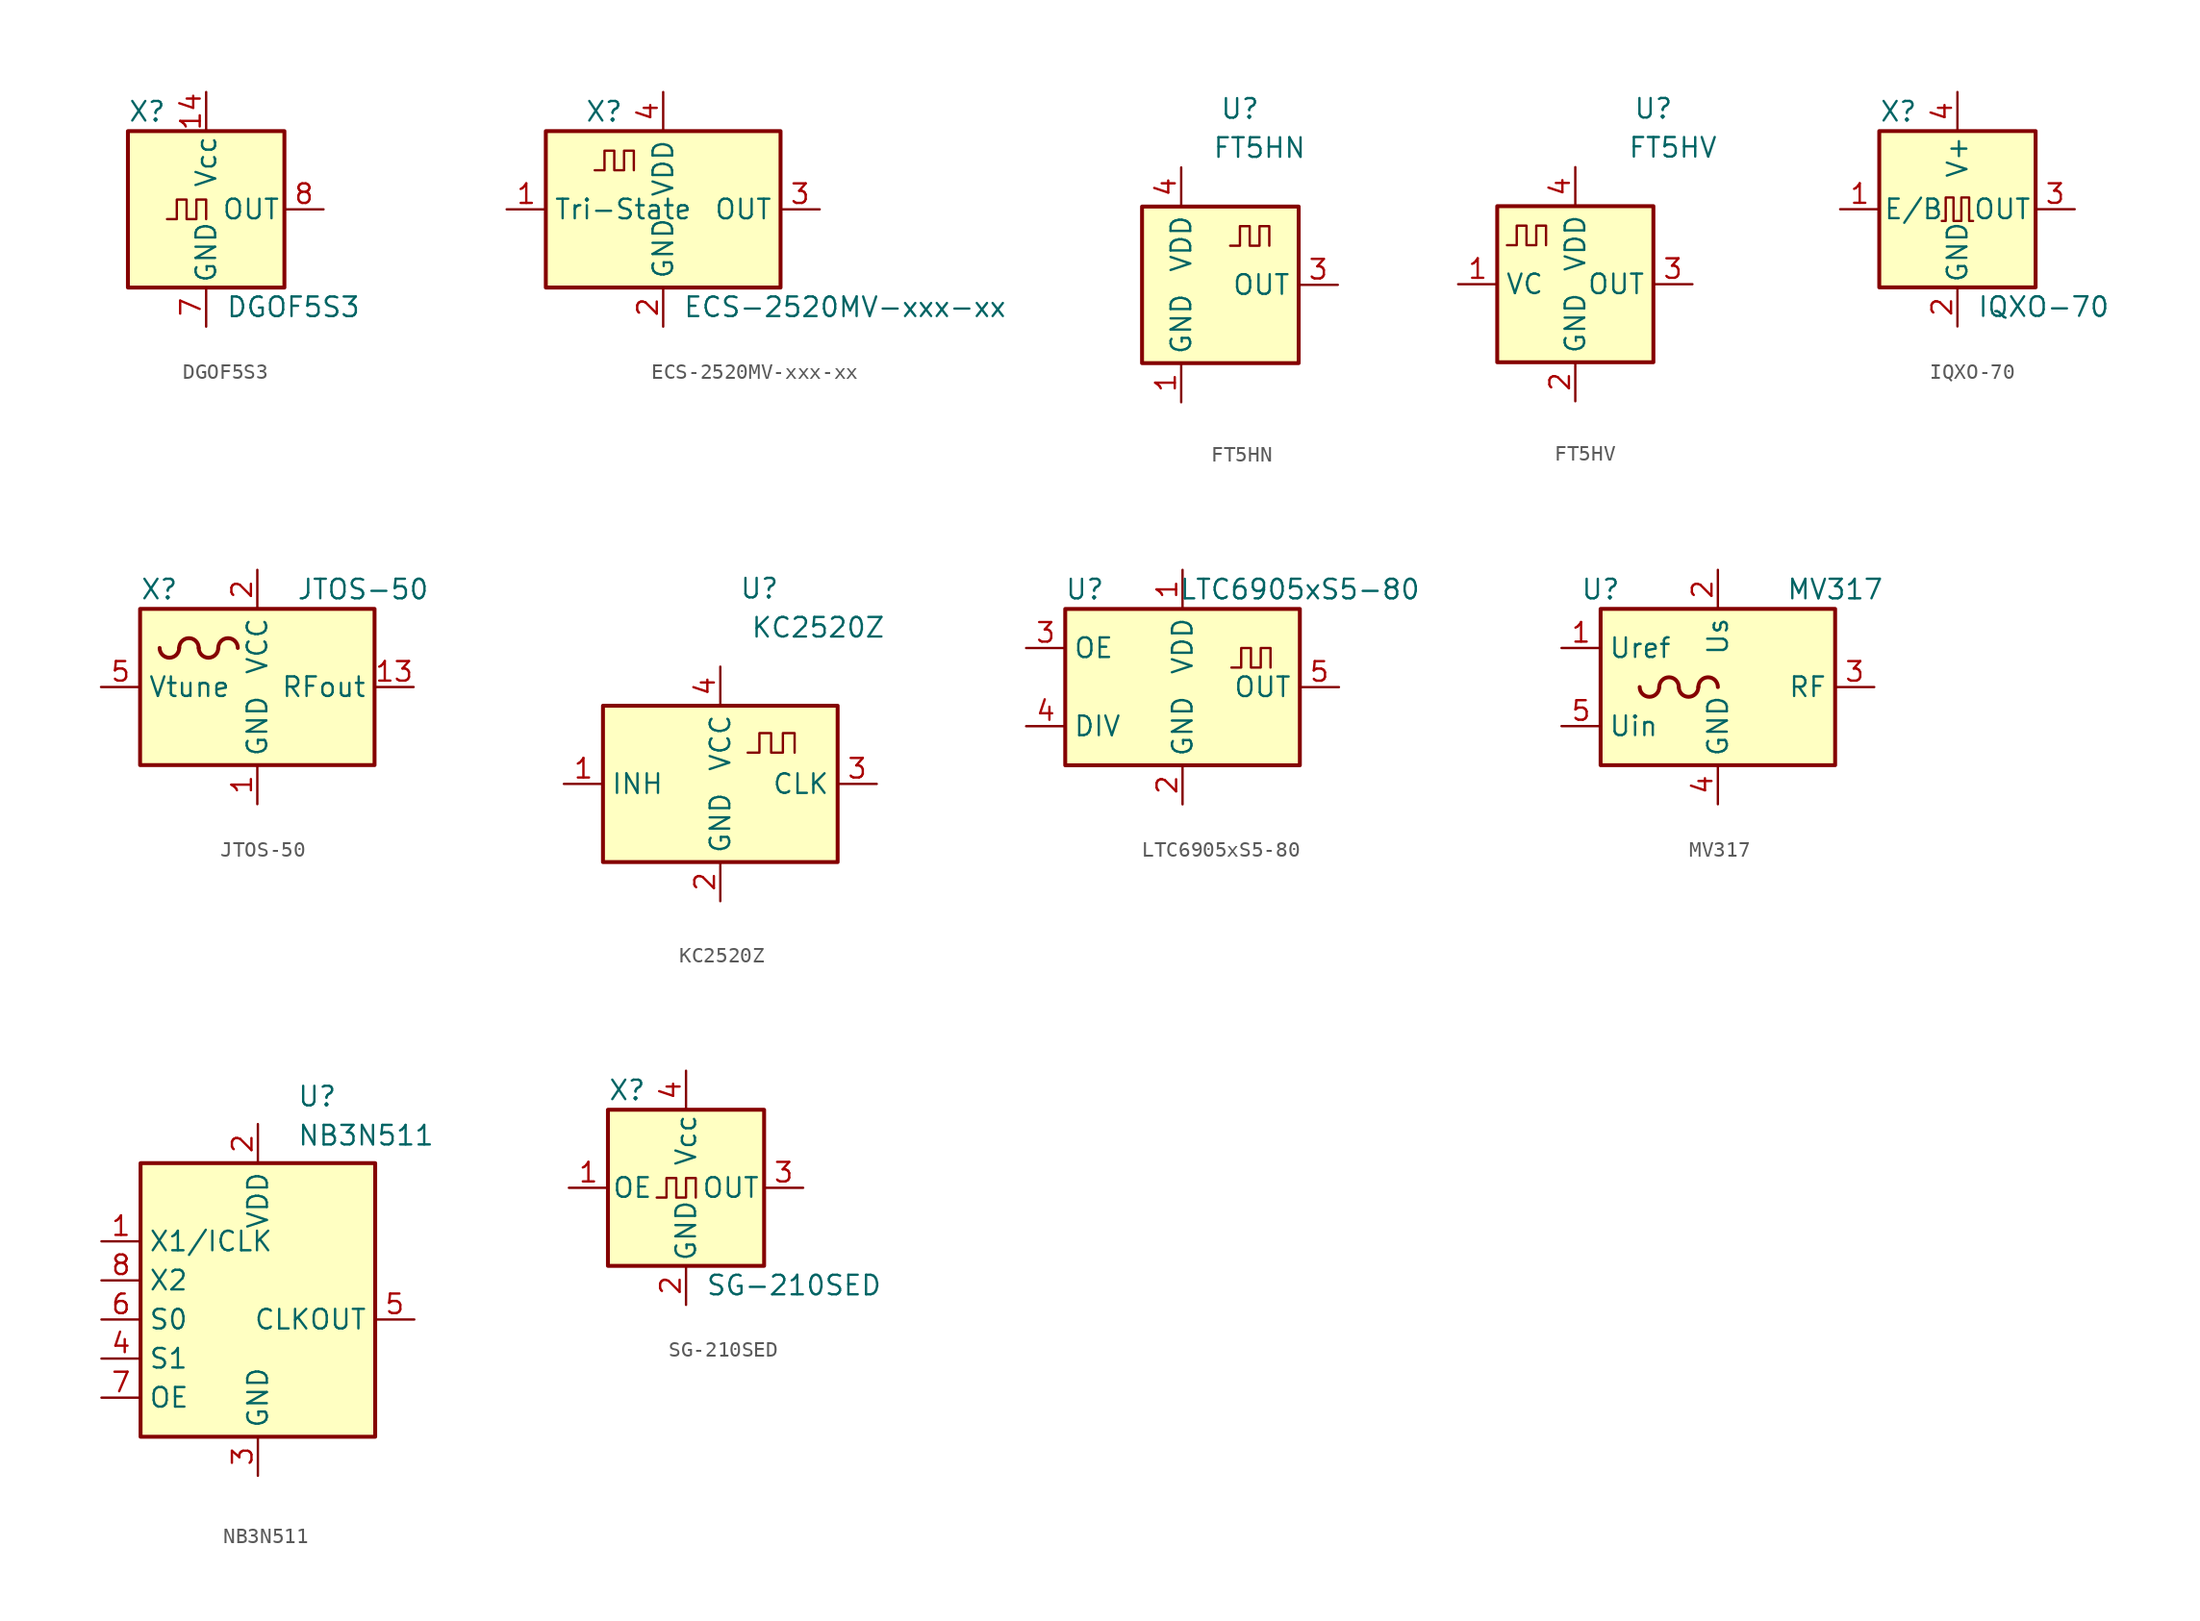
<source format=kicad_sym>
(kicad_symbol_lib
  (version 20211014)
  (generator kicad_symbol_editor)
  (symbol "DGOF5S3"
    (pin_names
      (offset 0.254))
    (property "Reference" "X"
      (at -5.08 6.35 0)
      (effects (font (size 1.27 1.27)) (justify left)))
    (property "Value" "DGOF5S3"
      (at 1.27 -6.35 0)
      (effects (font (size 1.27 1.27)) (justify left)))
    (symbol "DGOF5S3_0_1"
      (rectangle (start -5.08 5.08) (end 5.08 -5.08) (stroke (width 0.254) (type default) (color 0 0 0 0)) (fill (type background)))
      (polyline (pts (xy -2.54 -0.635) (xy -1.905 -0.635) (xy -1.905 0.635) (xy -1.27 0.635) (xy -1.27 -0.635) (xy -0.635 -0.635) (xy -0.635 0.635) (xy 0 0.635) (xy 0 -0.635)) (stroke (width 0) (type default) (color 0 0 0 0)) (fill (type none))))
    (symbol "DGOF5S3_1_1"
      (pin no_connect line (at -7.62 0 0) (length 2.54) hide (name "NC" (effects (font (size 1.27 1.27)))) (number "1" (effects (font (size 1.27 1.27)))))
      (pin power_in line (at 0 7.62 270) (length 2.54) (name "Vcc" (effects (font (size 1.27 1.27)))) (number "14" (effects (font (size 1.27 1.27)))))
      (pin power_in line (at 0 -7.62 90) (length 2.54) (name "GND" (effects (font (size 1.27 1.27)))) (number "7" (effects (font (size 1.27 1.27)))))
      (pin output line (at 7.62 0 180) (length 2.54) (name "OUT" (effects (font (size 1.27 1.27)))) (number "8" (effects (font (size 1.27 1.27)))))))
  (symbol "ECS-2520MV-xxx-xx"
    (property "Reference" "X"
      (at -5.08 6.35 0)
      (effects (font (size 1.27 1.27)) (justify left)))
    (property "Value" "ECS-2520MV-xxx-xx"
      (at 1.27 -6.35 0)
      (effects (font (size 1.27 1.27)) (justify left)))
    (symbol "ECS-2520MV-xxx-xx_0_1"
      (rectangle (start -7.62 5.08) (end 7.62 -5.08) (stroke (width 0.254) (type default) (color 0 0 0 0)) (fill (type background)))
      (polyline (pts (xy -4.445 2.54) (xy -3.81 2.54) (xy -3.81 3.81) (xy -3.175 3.81) (xy -3.175 2.54) (xy -2.54 2.54) (xy -2.54 3.81) (xy -1.905 3.81) (xy -1.905 2.54)) (stroke (width 0) (type default) (color 0 0 0 0)) (fill (type none))))
    (symbol "ECS-2520MV-xxx-xx_1_1"
      (pin input line (at -10.16 0 0) (length 2.54) (name "Tri-State" (effects (font (size 1.27 1.27)))) (number "1" (effects (font (size 1.27 1.27)))))
      (pin power_in line (at 0 -7.62 90) (length 2.54) (name "GND" (effects (font (size 1.27 1.27)))) (number "2" (effects (font (size 1.27 1.27)))))
      (pin output line (at 10.16 0 180) (length 2.54) (name "OUT" (effects (font (size 1.27 1.27)))) (number "3" (effects (font (size 1.27 1.27)))))
      (pin power_in line (at 0 7.62 270) (length 2.54) (name "VDD" (effects (font (size 1.27 1.27)))) (number "4" (effects (font (size 1.27 1.27)))))))
  (symbol "FT5HN"
    (property "Reference" "U"
      (at 1.27 11.43 0)
      (effects (font (size 1.27 1.27))))
    (property "Value" "FT5HN"
      (at 2.54 8.89 0)
      (effects (font (size 1.27 1.27))))
    (symbol "FT5HN_0_1"
      (rectangle (start -5.08 5.08) (end 5.08 -5.08) (stroke (width 0.254) (type default) (color 0 0 0 0)) (fill (type background)))
      (polyline (pts (xy 0.635 2.54) (xy 1.27 2.54) (xy 1.27 3.81) (xy 1.905 3.81) (xy 1.905 2.54) (xy 2.54 2.54) (xy 2.54 3.81) (xy 3.175 3.81) (xy 3.175 2.54)) (stroke (width 0) (type default) (color 0 0 0 0)) (fill (type none))))
    (symbol "FT5HN_1_1"
      (pin power_in line (at -2.54 -7.62 90) (length 2.54) (name "GND" (effects (font (size 1.27 1.27)))) (number "1" (effects (font (size 1.27 1.27)))))
      (pin passive line (at -2.54 -7.62 90) (length 2.54) hide (name "GND" (effects (font (size 1.27 1.27)))) (number "2" (effects (font (size 1.27 1.27)))))
      (pin output line (at 7.62 0 180) (length 2.54) (name "OUT" (effects (font (size 1.27 1.27)))) (number "3" (effects (font (size 1.27 1.27)))))
      (pin power_in line (at -2.54 7.62 270) (length 2.54) (name "VDD" (effects (font (size 1.27 1.27)))) (number "4" (effects (font (size 1.27 1.27)))))))
  (symbol "FT5HV"
    (property "Reference" "U"
      (at 5.08 11.43 0)
      (effects (font (size 1.27 1.27))))
    (property "Value" "FT5HV"
      (at 6.35 8.89 0)
      (effects (font (size 1.27 1.27))))
    (symbol "FT5HV_0_1"
      (rectangle (start -5.08 5.08) (end 5.08 -5.08) (stroke (width 0.254) (type default) (color 0 0 0 0)) (fill (type background)))
      (polyline (pts (xy -4.445 2.54) (xy -3.81 2.54) (xy -3.81 3.81) (xy -3.175 3.81) (xy -3.175 2.54) (xy -2.54 2.54) (xy -2.54 3.81) (xy -1.905 3.81) (xy -1.905 2.54)) (stroke (width 0) (type default) (color 0 0 0 0)) (fill (type none))))
    (symbol "FT5HV_1_1"
      (pin input line (at -7.62 0 0) (length 2.54) (name "VC" (effects (font (size 1.27 1.27)))) (number "1" (effects (font (size 1.27 1.27)))))
      (pin power_in line (at 0 -7.62 90) (length 2.54) (name "GND" (effects (font (size 1.27 1.27)))) (number "2" (effects (font (size 1.27 1.27)))))
      (pin output line (at 7.62 0 180) (length 2.54) (name "OUT" (effects (font (size 1.27 1.27)))) (number "3" (effects (font (size 1.27 1.27)))))
      (pin power_in line (at 0 7.62 270) (length 2.54) (name "VDD" (effects (font (size 1.27 1.27)))) (number "4" (effects (font (size 1.27 1.27)))))))
  (symbol "IQXO-70"
    (pin_names
      (offset 0.254))
    (property "Reference" "X"
      (at -5.08 6.35 0)
      (effects (font (size 1.27 1.27)) (justify left)))
    (property "Value" "IQXO-70"
      (at 1.27 -6.35 0)
      (effects (font (size 1.27 1.27)) (justify left)))
    (symbol "IQXO-70_0_1"
      (rectangle (start -5.08 5.08) (end 5.08 -5.08) (stroke (width 0.254) (type default) (color 0 0 0 0)) (fill (type background)))
      (polyline (pts (xy -1.016 -0.762) (xy -0.762 -0.762) (xy -0.762 0.762) (xy -0.254 0.762) (xy -0.254 -0.762) (xy 0.254 -0.762) (xy 0.254 0.762) (xy 0.762 0.762) (xy 0.762 -0.762) (xy 1.016 -0.762)) (stroke (width 0) (type default) (color 0 0 0 0)) (fill (type none))))
    (symbol "IQXO-70_1_1"
      (pin input line (at -7.62 0 0) (length 2.54) (name "E/B" (effects (font (size 1.27 1.27)))) (number "1" (effects (font (size 1.27 1.27)))))
      (pin power_in line (at 0 -7.62 90) (length 2.54) (name "GND" (effects (font (size 1.27 1.27)))) (number "2" (effects (font (size 1.27 1.27)))))
      (pin output line (at 7.62 0 180) (length 2.54) (name "OUT" (effects (font (size 1.27 1.27)))) (number "3" (effects (font (size 1.27 1.27)))))
      (pin power_in line (at 0 7.62 270) (length 2.54) (name "V+" (effects (font (size 1.27 1.27)))) (number "4" (effects (font (size 1.27 1.27)))))))
  (symbol "JTOS-50"
    (property "Reference" "X"
      (at -7.62 6.35 0)
      (effects (font (size 1.27 1.27)) (justify left)))
    (property "Value" "JTOS-50"
      (at 2.54 6.35 0)
      (effects (font (size 1.27 1.27)) (justify left)))
    (symbol "JTOS-50_0_1"
      (rectangle (start -7.62 5.08) (end 7.62 -5.08) (stroke (width 0.254) (type default) (color 0 0 0 0)) (fill (type background)))
      (arc (start -6.35 2.54) (mid -5.715 1.905) (end -5.08 2.54) (stroke (width 0.254) (type default) (color 0 0 0 0)) (fill (type none)))
      (arc (start -3.81 2.54) (mid -4.445 3.175) (end -5.08 2.54) (stroke (width 0.254) (type default) (color 0 0 0 0)) (fill (type none)))
      (arc (start -3.81 2.54) (mid -3.175 1.905) (end -2.54 2.54) (stroke (width 0.254) (type default) (color 0 0 0 0)) (fill (type none)))
      (arc (start -1.27 2.54) (mid -1.905 3.175) (end -2.54 2.54) (stroke (width 0.254) (type default) (color 0 0 0 0)) (fill (type none))))
    (symbol "JTOS-50_1_1"
      (pin power_in line (at 0 -7.62 90) (length 2.54) (name "GND" (effects (font (size 1.27 1.27)))) (number "1" (effects (font (size 1.27 1.27)))))
      (pin passive line (at 0 -7.62 90) (length 2.54) hide (name "GND" (effects (font (size 1.27 1.27)))) (number "10" (effects (font (size 1.27 1.27)))))
      (pin passive line (at 0 -7.62 90) (length 2.54) hide (name "GND" (effects (font (size 1.27 1.27)))) (number "11" (effects (font (size 1.27 1.27)))))
      (pin passive line (at 0 -7.62 90) (length 2.54) hide (name "GND" (effects (font (size 1.27 1.27)))) (number "12" (effects (font (size 1.27 1.27)))))
      (pin output line (at 10.16 0 180) (length 2.54) (name "RFout" (effects (font (size 1.27 1.27)))) (number "13" (effects (font (size 1.27 1.27)))))
      (pin passive line (at 0 -7.62 90) (length 2.54) hide (name "GND" (effects (font (size 1.27 1.27)))) (number "14" (effects (font (size 1.27 1.27)))))
      (pin power_in line (at 0 7.62 270) (length 2.54) (name "VCC" (effects (font (size 1.27 1.27)))) (number "2" (effects (font (size 1.27 1.27)))))
      (pin passive line (at 0 -7.62 90) (length 2.54) hide (name "GND" (effects (font (size 1.27 1.27)))) (number "3" (effects (font (size 1.27 1.27)))))
      (pin passive line (at 0 -7.62 90) (length 2.54) hide (name "GND" (effects (font (size 1.27 1.27)))) (number "4" (effects (font (size 1.27 1.27)))))
      (pin input line (at -10.16 0 0) (length 2.54) (name "Vtune" (effects (font (size 1.27 1.27)))) (number "5" (effects (font (size 1.27 1.27)))))
      (pin passive line (at 0 -7.62 90) (length 2.54) hide (name "GND" (effects (font (size 1.27 1.27)))) (number "6" (effects (font (size 1.27 1.27)))))
      (pin passive line (at 0 -7.62 90) (length 2.54) hide (name "GND" (effects (font (size 1.27 1.27)))) (number "7" (effects (font (size 1.27 1.27)))))
      (pin passive line (at 0 -7.62 90) (length 2.54) hide (name "GND" (effects (font (size 1.27 1.27)))) (number "8" (effects (font (size 1.27 1.27)))))
      (pin passive line (at 0 -7.62 90) (length 2.54) hide (name "GND" (effects (font (size 1.27 1.27)))) (number "9" (effects (font (size 1.27 1.27)))))))
  (symbol "KC2520Z"
    (property "Reference" "U"
      (at 2.54 12.7 0)
      (effects (font (size 1.27 1.27))))
    (property "Value" "KC2520Z"
      (at 6.35 10.16 0)
      (effects (font (size 1.27 1.27))))
    (symbol "KC2520Z_0_1"
      (rectangle (start -7.62 5.08) (end 7.62 -5.08) (stroke (width 0.254) (type default) (color 0 0 0 0)) (fill (type background))))
    (symbol "KC2520Z_1_1"
      (polyline (pts (xy 1.778 2.032) (xy 2.54 2.032) (xy 2.54 3.302) (xy 3.302 3.302) (xy 3.302 2.032) (xy 4.064 2.032) (xy 4.064 3.302) (xy 4.826 3.302) (xy 4.826 2.032)) (stroke (width 0) (type default) (color 0 0 0 0)) (fill (type none)))
      (pin input line (at -10.16 0 0) (length 2.54) (name "INH" (effects (font (size 1.27 1.27)))) (number "1" (effects (font (size 1.27 1.27)))))
      (pin power_in line (at 0 -7.62 90) (length 2.54) (name "GND" (effects (font (size 1.27 1.27)))) (number "2" (effects (font (size 1.27 1.27)))))
      (pin output line (at 10.16 0 180) (length 2.54) (name "CLK" (effects (font (size 1.27 1.27)))) (number "3" (effects (font (size 1.27 1.27)))))
      (pin power_in line (at 0 7.62 270) (length 2.54) (name "VCC" (effects (font (size 1.27 1.27)))) (number "4" (effects (font (size 1.27 1.27)))))))
  (symbol "LTC6905xS5-80"
    (property "Reference" "U"
      (at -6.35 6.35 0)
      (effects (font (size 1.27 1.27))))
    (property "Value" "LTC6905xS5-80"
      (at 7.62 6.35 0)
      (effects (font (size 1.27 1.27))))
    (symbol "LTC6905xS5-80_1_1"
      (rectangle (start -7.62 5.08) (end 7.62 -5.08) (stroke (width 0.254) (type default) (color 0 0 0 0)) (fill (type background)))
      (polyline (pts (xy 3.175 1.27) (xy 3.81 1.27) (xy 3.81 2.54) (xy 4.445 2.54) (xy 4.445 1.27) (xy 5.08 1.27) (xy 5.08 2.54) (xy 5.715 2.54) (xy 5.715 1.27)) (stroke (width 0) (type default) (color 0 0 0 0)) (fill (type none)))
      (pin power_in line (at 0 7.62 270) (length 2.54) (name "VDD" (effects (font (size 1.27 1.27)))) (number "1" (effects (font (size 1.27 1.27)))))
      (pin power_in line (at 0 -7.62 90) (length 2.54) (name "GND" (effects (font (size 1.27 1.27)))) (number "2" (effects (font (size 1.27 1.27)))))
      (pin input line (at -10.16 2.54 0) (length 2.54) (name "OE" (effects (font (size 1.27 1.27)))) (number "3" (effects (font (size 1.27 1.27)))))
      (pin input line (at -10.16 -2.54 0) (length 2.54) (name "DIV" (effects (font (size 1.27 1.27)))) (number "4" (effects (font (size 1.27 1.27)))))
      (pin output line (at 10.16 0 180) (length 2.54) (name "OUT" (effects (font (size 1.27 1.27)))) (number "5" (effects (font (size 1.27 1.27)))))))
  (symbol "MV317"
    (property "Reference" "U"
      (at -7.62 6.35 0)
      (effects (font (size 1.27 1.27))))
    (property "Value" "MV317"
      (at 7.62 6.35 0)
      (effects (font (size 1.27 1.27))))
    (symbol "MV317_0_1"
      (rectangle (start -7.62 5.08) (end 7.62 -5.08) (stroke (width 0.254) (type default) (color 0 0 0 0)) (fill (type background)))
      (arc (start -5.08 0) (mid -4.445 -0.635) (end -3.81 0) (stroke (width 0.254) (type default) (color 0 0 0 0)) (fill (type none)))
      (arc (start -2.54 0) (mid -3.175 0.635) (end -3.81 0) (stroke (width 0.254) (type default) (color 0 0 0 0)) (fill (type none)))
      (arc (start -2.54 0) (mid -1.905 -0.635) (end -1.27 0) (stroke (width 0.254) (type default) (color 0 0 0 0)) (fill (type none)))
      (arc (start 0 0) (mid -0.635 0.635) (end -1.27 0) (stroke (width 0.254) (type default) (color 0 0 0 0)) (fill (type none))))
    (symbol "MV317_1_1"
      (pin output line (at -10.16 2.54 0) (length 2.54) (name "Uref" (effects (font (size 1.27 1.27)))) (number "1" (effects (font (size 1.27 1.27)))))
      (pin power_in line (at 0 7.62 270) (length 2.54) (name "Us" (effects (font (size 1.27 1.27)))) (number "2" (effects (font (size 1.27 1.27)))))
      (pin output line (at 10.16 0 180) (length 2.54) (name "RF" (effects (font (size 1.27 1.27)))) (number "3" (effects (font (size 1.27 1.27)))))
      (pin power_in line (at 0 -7.62 90) (length 2.54) (name "GND" (effects (font (size 1.27 1.27)))) (number "4" (effects (font (size 1.27 1.27)))))
      (pin input line (at -10.16 -2.54 0) (length 2.54) (name "Uin" (effects (font (size 1.27 1.27)))) (number "5" (effects (font (size 1.27 1.27)))))))
  (symbol "NB3N511"
    (property "Reference" "U"
      (at 2.54 15.24 0)
      (effects (font (size 1.27 1.27)) (justify left top)))
    (property "Value" "NB3N511"
      (at 2.54 12.7 0)
      (effects (font (size 1.27 1.27)) (justify left top)))
    (symbol "NB3N511_0_1"
      (rectangle (start -7.62 10.16) (end 7.62 -7.62) (stroke (width 0.254) (type default) (color 0 0 0 0)) (fill (type background))))
    (symbol "NB3N511_1_1"
      (pin input line (at -10.16 5.08 0) (length 2.54) (name "X1/ICLK" (effects (font (size 1.27 1.27)))) (number "1" (effects (font (size 1.27 1.27)))))
      (pin power_in line (at 0 12.7 270) (length 2.54) (name "VDD" (effects (font (size 1.27 1.27)))) (number "2" (effects (font (size 1.27 1.27)))))
      (pin power_in line (at 0 -10.16 90) (length 2.54) (name "GND" (effects (font (size 1.27 1.27)))) (number "3" (effects (font (size 1.27 1.27)))))
      (pin input line (at -10.16 -2.54 0) (length 2.54) (name "S1" (effects (font (size 1.27 1.27)))) (number "4" (effects (font (size 1.27 1.27)))))
      (pin output line (at 10.16 0 180) (length 2.54) (name "CLKOUT" (effects (font (size 1.27 1.27)))) (number "5" (effects (font (size 1.27 1.27)))))
      (pin input line (at -10.16 0 0) (length 2.54) (name "S0" (effects (font (size 1.27 1.27)))) (number "6" (effects (font (size 1.27 1.27)))))
      (pin input line (at -10.16 -5.08 0) (length 2.54) (name "OE" (effects (font (size 1.27 1.27)))) (number "7" (effects (font (size 1.27 1.27)))))
      (pin passive line (at -10.16 2.54 0) (length 2.54) (name "X2" (effects (font (size 1.27 1.27)))) (number "8" (effects (font (size 1.27 1.27)))))))
  (symbol "SG-210SED"
    (pin_names
      (offset 0.254))
    (property "Reference" "X"
      (at -5.08 6.35 0)
      (effects (font (size 1.27 1.27)) (justify left)))
    (property "Value" "SG-210SED"
      (at 1.27 -6.35 0)
      (effects (font (size 1.27 1.27)) (justify left)))
    (symbol "SG-210SED_0_1"
      (rectangle (start -5.08 5.08) (end 5.08 -5.08) (stroke (width 0.254) (type default) (color 0 0 0 0)) (fill (type background)))
      (polyline (pts (xy -1.905 -0.635) (xy -1.27 -0.635) (xy -1.27 0.635) (xy -0.635 0.635) (xy -0.635 -0.635) (xy 0 -0.635) (xy 0 0.635) (xy 0.635 0.635) (xy 0.635 -0.635)) (stroke (width 0) (type default) (color 0 0 0 0)) (fill (type none))))
    (symbol "SG-210SED_1_1"
      (pin input line (at -7.62 0 0) (length 2.54) (name "OE" (effects (font (size 1.27 1.27)))) (number "1" (effects (font (size 1.27 1.27)))))
      (pin power_in line (at 0 -7.62 90) (length 2.54) (name "GND" (effects (font (size 1.27 1.27)))) (number "2" (effects (font (size 1.27 1.27)))))
      (pin output line (at 7.62 0 180) (length 2.54) (name "OUT" (effects (font (size 1.27 1.27)))) (number "3" (effects (font (size 1.27 1.27)))))
      (pin power_in line (at 0 7.62 270) (length 2.54) (name "Vcc" (effects (font (size 1.27 1.27)))) (number "4" (effects (font (size 1.27 1.27))))))))
</source>
